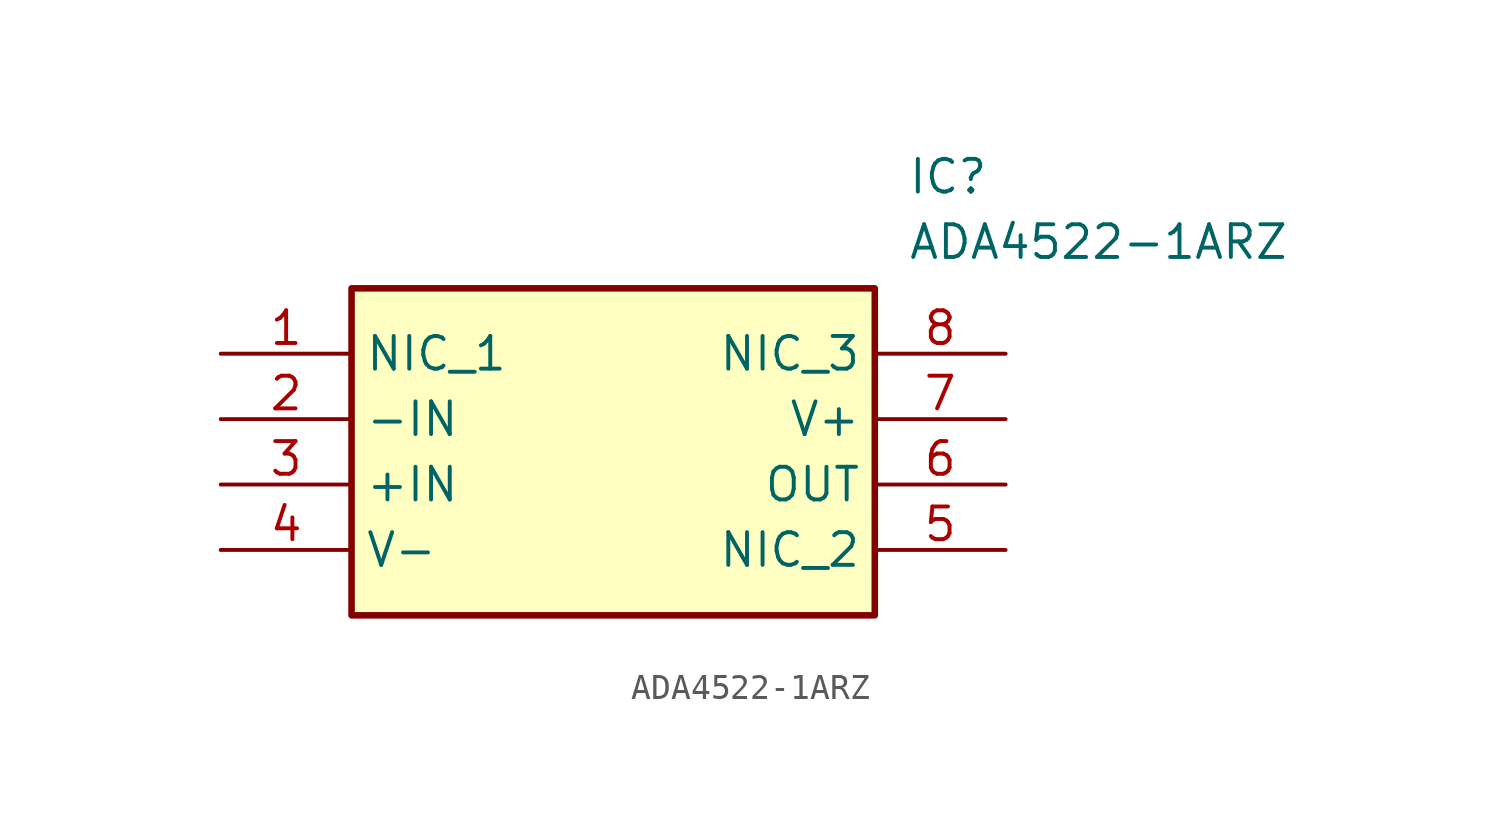
<source format=kicad_sym>
(kicad_symbol_lib
  (version 20211014)
  (generator SamacSys_ECAD_Model)
  (symbol "ADA4522-1ARZ"
    (property "Reference" "IC"
      (at 26.67 7.62 0)
      (effects (font (size 1.27 1.27)) (justify left top)))
    (property "Value" "ADA4522-1ARZ"
      (at 26.67 5.08 0)
      (effects (font (size 1.27 1.27)) (justify left top)))
    (rectangle
      (start 5.08 2.54)
      (end 25.4 -10.16)
      (stroke (width 0.254) (type default))
      (fill (type background)))
    (pin passive line
      (at 0 0 0)
      (length 5.08)
      (name "NIC_1" (effects (font (size 1.27 1.27))))
      (number "1" (effects (font (size 1.27 1.27)))))
    (pin passive line
      (at 0 -2.54 0)
      (length 5.08)
      (name "-IN" (effects (font (size 1.27 1.27))))
      (number "2" (effects (font (size 1.27 1.27)))))
    (pin passive line
      (at 0 -5.08 0)
      (length 5.08)
      (name "+IN" (effects (font (size 1.27 1.27))))
      (number "3" (effects (font (size 1.27 1.27)))))
    (pin passive line
      (at 0 -7.62 0)
      (length 5.08)
      (name "V-" (effects (font (size 1.27 1.27))))
      (number "4" (effects (font (size 1.27 1.27)))))
    (pin passive line
      (at 30.48 0 180)
      (length 5.08)
      (name "NIC_3" (effects (font (size 1.27 1.27))))
      (number "8" (effects (font (size 1.27 1.27)))))
    (pin passive line
      (at 30.48 -2.54 180)
      (length 5.08)
      (name "V+" (effects (font (size 1.27 1.27))))
      (number "7" (effects (font (size 1.27 1.27)))))
    (pin passive line
      (at 30.48 -5.08 180)
      (length 5.08)
      (name "OUT" (effects (font (size 1.27 1.27))))
      (number "6" (effects (font (size 1.27 1.27)))))
    (pin passive line
      (at 30.48 -7.62 180)
      (length 5.08)
      (name "NIC_2" (effects (font (size 1.27 1.27))))
      (number "5" (effects (font (size 1.27 1.27)))))))
</source>
